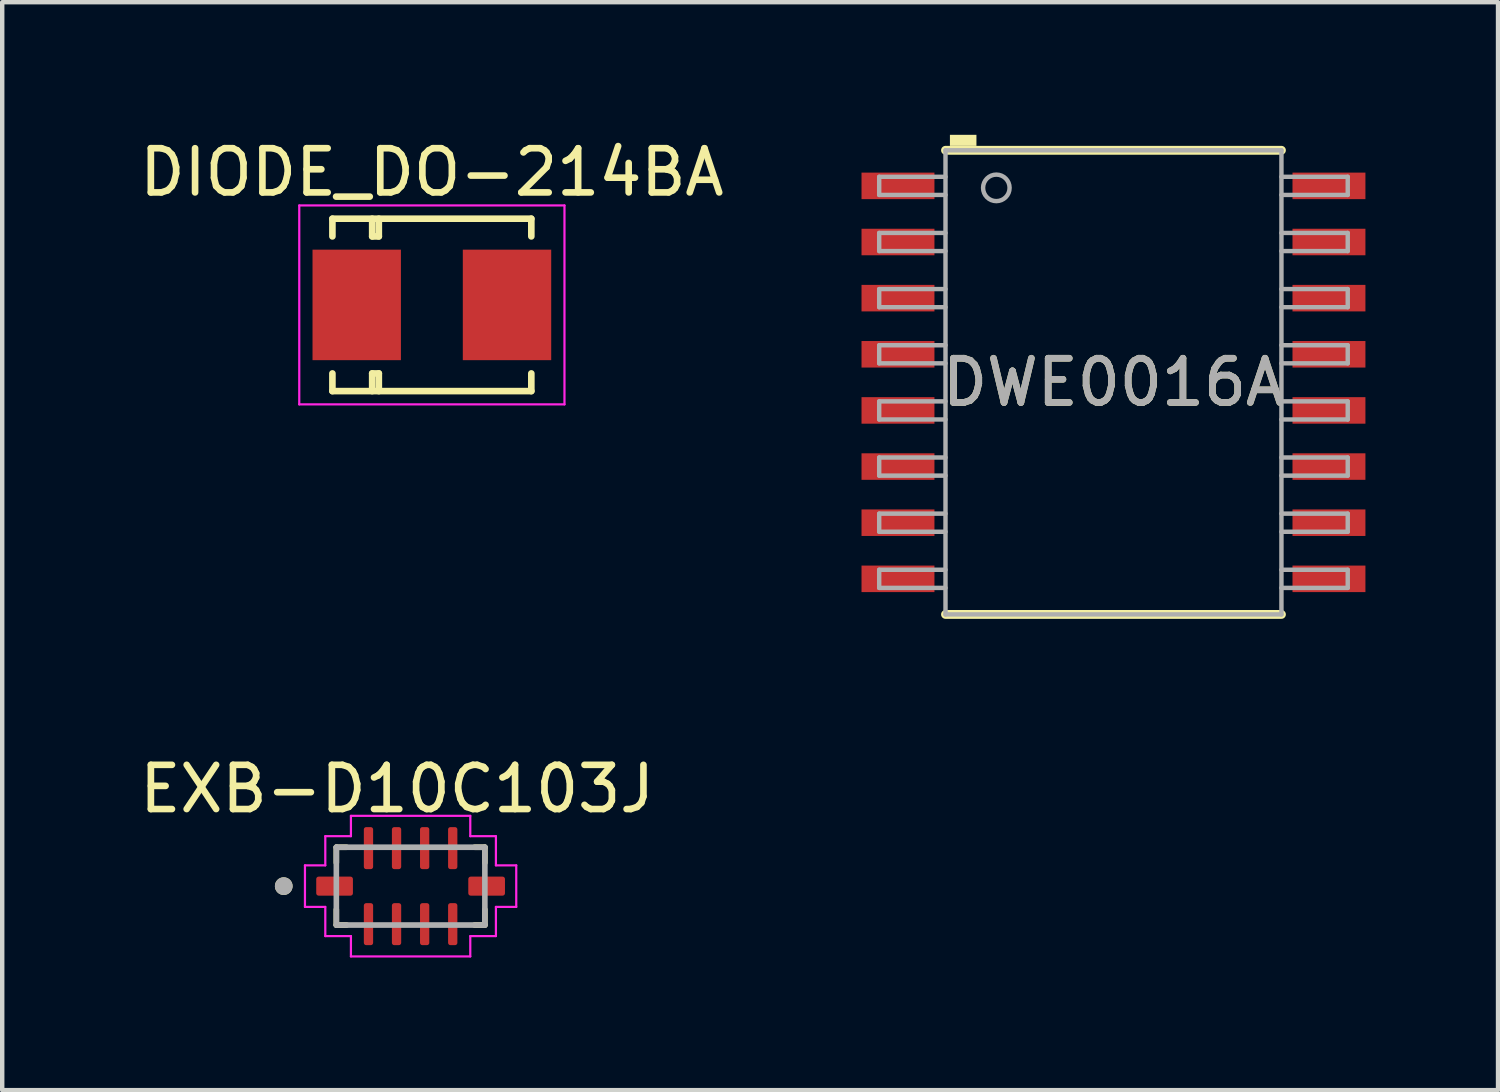
<source format=kicad_pcb>
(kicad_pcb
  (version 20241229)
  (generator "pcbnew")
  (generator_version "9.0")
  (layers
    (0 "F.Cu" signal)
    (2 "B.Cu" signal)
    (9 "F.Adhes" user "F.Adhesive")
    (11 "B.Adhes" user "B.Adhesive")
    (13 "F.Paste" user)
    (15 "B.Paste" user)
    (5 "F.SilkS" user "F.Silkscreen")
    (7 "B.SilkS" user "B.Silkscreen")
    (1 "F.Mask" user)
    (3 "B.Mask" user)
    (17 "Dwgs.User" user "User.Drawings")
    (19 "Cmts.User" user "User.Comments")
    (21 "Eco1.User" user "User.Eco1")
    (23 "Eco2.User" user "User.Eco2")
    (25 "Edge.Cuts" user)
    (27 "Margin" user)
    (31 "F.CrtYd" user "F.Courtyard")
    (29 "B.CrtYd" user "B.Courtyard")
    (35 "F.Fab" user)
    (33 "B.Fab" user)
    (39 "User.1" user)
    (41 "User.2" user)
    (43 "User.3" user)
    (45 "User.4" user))
  (footprint "DWE0016A"
    (layer "F.Cu")
    (at 22.14 5.6)
    (property "Reference" "DWE0016A" (at 0 0 0) (unlocked yes) (layer "F.SilkS") (effects (font (size 1 1) (thickness 0.15))))
    (attr smd)
    (fp_line (start -3.8 -5.25) (end 3.8 -5.25) (stroke (width 0.2) (type solid)) (layer "F.SilkS"))
    (fp_line (start -3.8 5.25) (end 3.8 5.25) (stroke (width 0.2) (type solid)) (layer "F.SilkS"))
    (fp_poly (pts (xy -3.7 -5.35) (xy -3.1 -5.35) (xy -3.1 -5.6) (xy -3.7 -5.6)) (stroke (width 0) (type solid)) (fill yes) (layer "F.SilkS"))
    (fp_line (start -5.3 -4.65) (end -3.8 -4.65) (stroke (width 0.1) (type solid)) (layer "F.Fab"))
    (fp_line (start -5.3 -4.24) (end -5.3 -4.65) (stroke (width 0.1) (type solid)) (layer "F.Fab"))
    (fp_line (start -5.3 -4.24) (end -3.8 -4.24) (stroke (width 0.1) (type solid)) (layer "F.Fab"))
    (fp_line (start -5.3 -3.38) (end -3.8 -3.38) (stroke (width 0.1) (type solid)) (layer "F.Fab"))
    (fp_line (start -5.3 -2.97) (end -5.3 -3.38) (stroke (width 0.1) (type solid)) (layer "F.Fab"))
    (fp_line (start -5.3 -2.97) (end -3.8 -2.97) (stroke (width 0.1) (type solid)) (layer "F.Fab"))
    (fp_line (start -5.3 -2.11) (end -3.8 -2.11) (stroke (width 0.1) (type solid)) (layer "F.Fab"))
    (fp_line (start -5.3 -1.7) (end -5.3 -2.11) (stroke (width 0.1) (type solid)) (layer "F.Fab"))
    (fp_line (start -5.3 -1.7) (end -3.8 -1.7) (stroke (width 0.1) (type solid)) (layer "F.Fab"))
    (fp_line (start -5.3 -0.84) (end -3.8 -0.84) (stroke (width 0.1) (type solid)) (layer "F.Fab"))
    (fp_line (start -5.3 -0.43) (end -5.3 -0.84) (stroke (width 0.1) (type solid)) (layer "F.Fab"))
    (fp_line (start -5.3 -0.43) (end -3.8 -0.43) (stroke (width 0.1) (type solid)) (layer "F.Fab"))
    (fp_line (start -5.3 0.43) (end -3.8 0.43) (stroke (width 0.1) (type solid)) (layer "F.Fab"))
    (fp_line (start -5.3 0.84) (end -5.3 0.43) (stroke (width 0.1) (type solid)) (layer "F.Fab"))
    (fp_line (start -5.3 0.84) (end -3.8 0.84) (stroke (width 0.1) (type solid)) (layer "F.Fab"))
    (fp_line (start -5.3 1.7) (end -3.8 1.7) (stroke (width 0.1) (type solid)) (layer "F.Fab"))
    (fp_line (start -5.3 2.11) (end -5.3 1.7) (stroke (width 0.1) (type solid)) (layer "F.Fab"))
    (fp_line (start -5.3 2.11) (end -3.8 2.11) (stroke (width 0.1) (type solid)) (layer "F.Fab"))
    (fp_line (start -5.3 2.97) (end -3.8 2.97) (stroke (width 0.1) (type solid)) (layer "F.Fab"))
    (fp_line (start -5.3 3.38) (end -5.3 2.97) (stroke (width 0.1) (type solid)) (layer "F.Fab"))
    (fp_line (start -5.3 3.38) (end -3.8 3.38) (stroke (width 0.1) (type solid)) (layer "F.Fab"))
    (fp_line (start -5.3 4.24) (end -3.8 4.24) (stroke (width 0.1) (type solid)) (layer "F.Fab"))
    (fp_line (start -5.3 4.65) (end -5.3 4.24) (stroke (width 0.1) (type solid)) (layer "F.Fab"))
    (fp_line (start -5.3 4.65) (end -3.8 4.65) (stroke (width 0.1) (type solid)) (layer "F.Fab"))
    (fp_line (start -3.8 -5.25) (end 3.8 -5.25) (stroke (width 0.1) (type solid)) (layer "F.Fab"))
    (fp_line (start -3.8 5.25) (end -3.8 -5.25) (stroke (width 0.1) (type solid)) (layer "F.Fab"))
    (fp_line (start -3.8 5.25) (end 3.8 5.25) (stroke (width 0.1) (type solid)) (layer "F.Fab"))
    (fp_line (start 3.8 -4.65) (end 5.3 -4.65) (stroke (width 0.1) (type solid)) (layer "F.Fab"))
    (fp_line (start 3.8 -4.24) (end 5.3 -4.24) (stroke (width 0.1) (type solid)) (layer "F.Fab"))
    (fp_line (start 3.8 -3.38) (end 5.3 -3.38) (stroke (width 0.1) (type solid)) (layer "F.Fab"))
    (fp_line (start 3.8 -2.97) (end 5.3 -2.97) (stroke (width 0.1) (type solid)) (layer "F.Fab"))
    (fp_line (start 3.8 -2.11) (end 5.3 -2.11) (stroke (width 0.1) (type solid)) (layer "F.Fab"))
    (fp_line (start 3.8 -1.7) (end 5.3 -1.7) (stroke (width 0.1) (type solid)) (layer "F.Fab"))
    (fp_line (start 3.8 -0.84) (end 5.3 -0.84) (stroke (width 0.1) (type solid)) (layer "F.Fab"))
    (fp_line (start 3.8 -0.43) (end 5.3 -0.43) (stroke (width 0.1) (type solid)) (layer "F.Fab"))
    (fp_line (start 3.8 0.43) (end 5.3 0.43) (stroke (width 0.1) (type solid)) (layer "F.Fab"))
    (fp_line (start 3.8 0.84) (end 5.3 0.84) (stroke (width 0.1) (type solid)) (layer "F.Fab"))
    (fp_line (start 3.8 1.7) (end 5.3 1.7) (stroke (width 0.1) (type solid)) (layer "F.Fab"))
    (fp_line (start 3.8 2.11) (end 5.3 2.11) (stroke (width 0.1) (type solid)) (layer "F.Fab"))
    (fp_line (start 3.8 2.97) (end 5.3 2.97) (stroke (width 0.1) (type solid)) (layer "F.Fab"))
    (fp_line (start 3.8 3.38) (end 5.3 3.38) (stroke (width 0.1) (type solid)) (layer "F.Fab"))
    (fp_line (start 3.8 4.24) (end 5.3 4.24) (stroke (width 0.1) (type solid)) (layer "F.Fab"))
    (fp_line (start 3.8 4.65) (end 5.3 4.65) (stroke (width 0.1) (type solid)) (layer "F.Fab"))
    (fp_line (start 3.8 5.25) (end 3.8 -5.25) (stroke (width 0.1) (type solid)) (layer "F.Fab"))
    (fp_line (start 5.3 -4.24) (end 5.3 -4.65) (stroke (width 0.1) (type solid)) (layer "F.Fab"))
    (fp_line (start 5.3 -2.97) (end 5.3 -3.38) (stroke (width 0.1) (type solid)) (layer "F.Fab"))
    (fp_line (start 5.3 -1.7) (end 5.3 -2.11) (stroke (width 0.1) (type solid)) (layer "F.Fab"))
    (fp_line (start 5.3 -0.43) (end 5.3 -0.84) (stroke (width 0.1) (type solid)) (layer "F.Fab"))
    (fp_line (start 5.3 0.84) (end 5.3 0.43) (stroke (width 0.1) (type solid)) (layer "F.Fab"))
    (fp_line (start 5.3 2.11) (end 5.3 1.7) (stroke (width 0.1) (type solid)) (layer "F.Fab"))
    (fp_line (start 5.3 3.38) (end 5.3 2.97) (stroke (width 0.1) (type solid)) (layer "F.Fab"))
    (fp_line (start 5.3 4.65) (end 5.3 4.24) (stroke (width 0.1) (type solid)) (layer "F.Fab"))
    (fp_circle (center -2.65 -4.4) (end -2.35 -4.4) (stroke (width 0.1) (type solid)) (fill no) (layer "F.Fab"))
    (fp_text user "${REFERENCE}" (at 0 0 0) (unlocked yes) (layer "F.Fab") (effects (font (size 1 1) (thickness 0.15))))
    (pad "1" smd rect (at -4.875 -4.445) (size 1.65 0.6) (layers "F.Cu" "F.Mask" "F.Paste"))
    (pad "2" smd rect (at -4.875 -3.175) (size 1.65 0.6) (layers "F.Cu" "F.Mask" "F.Paste"))
    (pad "3" smd rect (at -4.875 -1.905) (size 1.65 0.6) (layers "F.Cu" "F.Mask" "F.Paste"))
    (pad "4" smd rect (at -4.875 -0.635) (size 1.65 0.6) (layers "F.Cu" "F.Mask" "F.Paste"))
    (pad "5" smd rect (at -4.875 0.635) (size 1.65 0.6) (layers "F.Cu" "F.Mask" "F.Paste"))
    (pad "6" smd rect (at -4.875 1.905) (size 1.65 0.6) (layers "F.Cu" "F.Mask" "F.Paste"))
    (pad "7" smd rect (at -4.875 3.175) (size 1.65 0.6) (layers "F.Cu" "F.Mask" "F.Paste"))
    (pad "8" smd rect (at -4.875 4.445) (size 1.65 0.6) (layers "F.Cu" "F.Mask" "F.Paste"))
    (pad "9" smd rect (at 4.875 4.445) (size 1.65 0.6) (layers "F.Cu" "F.Mask" "F.Paste"))
    (pad "10" smd rect (at 4.875 3.175) (size 1.65 0.6) (layers "F.Cu" "F.Mask" "F.Paste"))
    (pad "11" smd rect (at 4.875 1.905) (size 1.65 0.6) (layers "F.Cu" "F.Mask" "F.Paste"))
    (pad "12" smd rect (at 4.875 0.635) (size 1.65 0.6) (layers "F.Cu" "F.Mask" "F.Paste"))
    (pad "13" smd rect (at 4.875 -0.635) (size 1.65 0.6) (layers "F.Cu" "F.Mask" "F.Paste"))
    (pad "14" smd rect (at 4.875 -1.905) (size 1.65 0.6) (layers "F.Cu" "F.Mask" "F.Paste"))
    (pad "15" smd rect (at 4.875 -3.175) (size 1.65 0.6) (layers "F.Cu" "F.Mask" "F.Paste"))
    (pad "16" smd rect (at 4.875 -4.445) (size 1.65 0.6) (layers "F.Cu" "F.Mask" "F.Paste")))
  (footprint "EXB-D10C103J"
    (layer "F.Cu")
    (at 6.239 16.997)
    (property "Reference" "EXB-D10C103J" (at -0.304 -2.199 0) (layer "F.SilkS") (effects (font (size 1 1) (thickness 0.15))))
    (attr smd)
    (fp_line (start -1.68 -0.88) (end -1.68 -0.53) (stroke (width 0.127) (type solid)) (layer "F.SilkS"))
    (fp_line (start -1.68 -0.88) (end -1.447 -0.88) (stroke (width 0.127) (type solid)) (layer "F.SilkS"))
    (fp_line (start -1.68 0.53) (end -1.68 0.88) (stroke (width 0.127) (type solid)) (layer "F.SilkS"))
    (fp_line (start -1.68 0.88) (end -1.447 0.88) (stroke (width 0.127) (type solid)) (layer "F.SilkS"))
    (fp_line (start 1.447 -0.88) (end 1.68 -0.88) (stroke (width 0.127) (type solid)) (layer "F.SilkS"))
    (fp_line (start 1.68 -0.88) (end 1.68 -0.53) (stroke (width 0.127) (type solid)) (layer "F.SilkS"))
    (fp_line (start 1.68 0.53) (end 1.68 0.88) (stroke (width 0.127) (type solid)) (layer "F.SilkS"))
    (fp_line (start 1.68 0.88) (end 1.447 0.88) (stroke (width 0.127) (type solid)) (layer "F.SilkS"))
    (fp_circle (center -2.87 0) (end -2.77 0) (stroke (width 0.2) (type solid)) (fill no) (layer "F.SilkS"))
    (fp_line (start -2.39 -0.47) (end -1.93 -0.47) (stroke (width 0.05) (type solid)) (layer "F.CrtYd"))
    (fp_line (start -2.39 0.47) (end -2.39 -0.47) (stroke (width 0.05) (type solid)) (layer "F.CrtYd"))
    (fp_line (start -2.39 0.47) (end -1.93 0.47) (stroke (width 0.05) (type solid)) (layer "F.CrtYd"))
    (fp_line (start -1.93 -1.13) (end -1.35 -1.13) (stroke (width 0.05) (type solid)) (layer "F.CrtYd"))
    (fp_line (start -1.93 -0.47) (end -1.93 -1.13) (stroke (width 0.05) (type solid)) (layer "F.CrtYd"))
    (fp_line (start -1.93 0.47) (end -1.93 1.13) (stroke (width 0.05) (type solid)) (layer "F.CrtYd"))
    (fp_line (start -1.93 1.13) (end -1.35 1.13) (stroke (width 0.05) (type solid)) (layer "F.CrtYd"))
    (fp_line (start -1.35 -1.59) (end 1.35 -1.59) (stroke (width 0.05) (type solid)) (layer "F.CrtYd"))
    (fp_line (start -1.35 -1.13) (end -1.35 -1.59) (stroke (width 0.05) (type solid)) (layer "F.CrtYd"))
    (fp_line (start -1.35 1.13) (end -1.35 1.59) (stroke (width 0.05) (type solid)) (layer "F.CrtYd"))
    (fp_line (start 1.35 -1.13) (end 1.35 -1.59) (stroke (width 0.05) (type solid)) (layer "F.CrtYd"))
    (fp_line (start 1.35 1.13) (end 1.35 1.59) (stroke (width 0.05) (type solid)) (layer "F.CrtYd"))
    (fp_line (start 1.35 1.59) (end -1.35 1.59) (stroke (width 0.05) (type solid)) (layer "F.CrtYd"))
    (fp_line (start 1.93 -1.13) (end 1.35 -1.13) (stroke (width 0.05) (type solid)) (layer "F.CrtYd"))
    (fp_line (start 1.93 -0.47) (end 1.93 -1.13) (stroke (width 0.05) (type solid)) (layer "F.CrtYd"))
    (fp_line (start 1.93 0.47) (end 1.93 1.13) (stroke (width 0.05) (type solid)) (layer "F.CrtYd"))
    (fp_line (start 1.93 1.13) (end 1.35 1.13) (stroke (width 0.05) (type solid)) (layer "F.CrtYd"))
    (fp_line (start 2.39 -0.47) (end 1.93 -0.47) (stroke (width 0.05) (type solid)) (layer "F.CrtYd"))
    (fp_line (start 2.39 0.47) (end 1.93 0.47) (stroke (width 0.05) (type solid)) (layer "F.CrtYd"))
    (fp_line (start 2.39 0.47) (end 2.39 -0.47) (stroke (width 0.05) (type solid)) (layer "F.CrtYd"))
    (fp_line (start -1.68 -0.88) (end 1.68 -0.88) (stroke (width 0.127) (type solid)) (layer "F.Fab"))
    (fp_line (start -1.68 0.88) (end -1.68 -0.88) (stroke (width 0.127) (type solid)) (layer "F.Fab"))
    (fp_line (start 1.68 -0.88) (end 1.68 0.88) (stroke (width 0.127) (type solid)) (layer "F.Fab"))
    (fp_line (start 1.68 0.88) (end -1.68 0.88) (stroke (width 0.127) (type solid)) (layer "F.Fab"))
    (fp_circle (center -2.87 0) (end -2.77 0) (stroke (width 0.2) (type solid)) (fill no) (layer "F.Fab"))
    (pad "1" smd roundrect (at -1.72 0) (size 0.83 0.43) (layers "F.Cu" "F.Mask" "F.Paste") (roundrect_rratio 0.125))
    (pad "2" smd roundrect (at -0.953 0.86) (size 0.21 0.95) (layers "F.Cu" "F.Mask" "F.Paste") (roundrect_rratio 0.25))
    (pad "3" smd roundrect (at -0.318 0.86) (size 0.21 0.95) (layers "F.Cu" "F.Mask" "F.Paste") (roundrect_rratio 0.25))
    (pad "4" smd roundrect (at 0.318 0.86) (size 0.21 0.95) (layers "F.Cu" "F.Mask" "F.Paste") (roundrect_rratio 0.25))
    (pad "5" smd roundrect (at 0.953 0.86) (size 0.21 0.95) (layers "F.Cu" "F.Mask" "F.Paste") (roundrect_rratio 0.25))
    (pad "6" smd roundrect (at 1.72 0) (size 0.83 0.43) (layers "F.Cu" "F.Mask" "F.Paste") (roundrect_rratio 0.125))
    (pad "7" smd roundrect (at 0.953 -0.86) (size 0.21 0.95) (layers "F.Cu" "F.Mask" "F.Paste") (roundrect_rratio 0.25))
    (pad "8" smd roundrect (at 0.318 -0.86) (size 0.21 0.95) (layers "F.Cu" "F.Mask" "F.Paste") (roundrect_rratio 0.25))
    (pad "9" smd roundrect (at -0.318 -0.86) (size 0.21 0.95) (layers "F.Cu" "F.Mask" "F.Paste") (roundrect_rratio 0.25))
    (pad "10" smd roundrect (at -0.953 -0.86) (size 0.21 0.95) (layers "F.Cu" "F.Mask" "F.Paste") (roundrect_rratio 0.25)))
  (footprint "DIODE_DO-214BA"
    (layer "F.Cu")
    (at 6.72 3.848)
    (property "Reference" "DIODE_DO-214BA" (at 0 -3 0) (layer "F.SilkS") (effects (font (size 1 1) (thickness 0.15))))
    (attr smd)
    (fp_line (start -2.25 -1.95) (end -2.25 -1.55) (stroke (width 0.15) (type solid)) (layer "F.SilkS"))
    (fp_line (start -2.25 -1.95) (end 2.25 -1.95) (stroke (width 0.15) (type solid)) (layer "F.SilkS"))
    (fp_line (start -2.25 1.95) (end -2.25 1.55) (stroke (width 0.15) (type solid)) (layer "F.SilkS"))
    (fp_line (start -1.35 -1.95) (end -1.35 -1.55) (stroke (width 0.15) (type solid)) (layer "F.SilkS"))
    (fp_line (start -1.35 -1.55) (end -1.2 -1.55) (stroke (width 0.15) (type solid)) (layer "F.SilkS"))
    (fp_line (start -1.35 1.55) (end -1.2 1.55) (stroke (width 0.15) (type solid)) (layer "F.SilkS"))
    (fp_line (start -1.35 1.95) (end -1.35 1.55) (stroke (width 0.15) (type solid)) (layer "F.SilkS"))
    (fp_line (start -1.2 -1.55) (end -1.2 -1.95) (stroke (width 0.15) (type solid)) (layer "F.SilkS"))
    (fp_line (start -1.2 1.55) (end -1.2 1.95) (stroke (width 0.15) (type solid)) (layer "F.SilkS"))
    (fp_line (start 2.25 -1.95) (end 2.25 -1.55) (stroke (width 0.15) (type solid)) (layer "F.SilkS"))
    (fp_line (start 2.25 1.95) (end -2.25 1.95) (stroke (width 0.15) (type solid)) (layer "F.SilkS"))
    (fp_line (start 2.25 1.95) (end 2.25 1.55) (stroke (width 0.15) (type solid)) (layer "F.SilkS"))
    (fp_line (start -3 -2.25) (end 3 -2.25) (stroke (width 0.05) (type solid)) (layer "F.CrtYd"))
    (fp_line (start -3 2.25) (end -3 -2.25) (stroke (width 0.05) (type solid)) (layer "F.CrtYd"))
    (fp_line (start 3 -2.25) (end 3 2.25) (stroke (width 0.05) (type solid)) (layer "F.CrtYd"))
    (fp_line (start 3 2.25) (end -3 2.25) (stroke (width 0.05) (type solid)) (layer "F.CrtYd"))
    (pad "1" smd rect (at -1.7 0) (size 2 2.5) (layers "F.Cu" "F.Mask" "F.Paste"))
    (pad "2" smd rect (at 1.7 0) (size 2 2.5) (layers "F.Cu" "F.Mask" "F.Paste")))
  (gr_rect
    (start -3 -3)
    (end 30.84 21.612)
    (stroke (width 0.1) (type default))
    (fill no)
    (layer "Edge.Cuts")))
</source>
